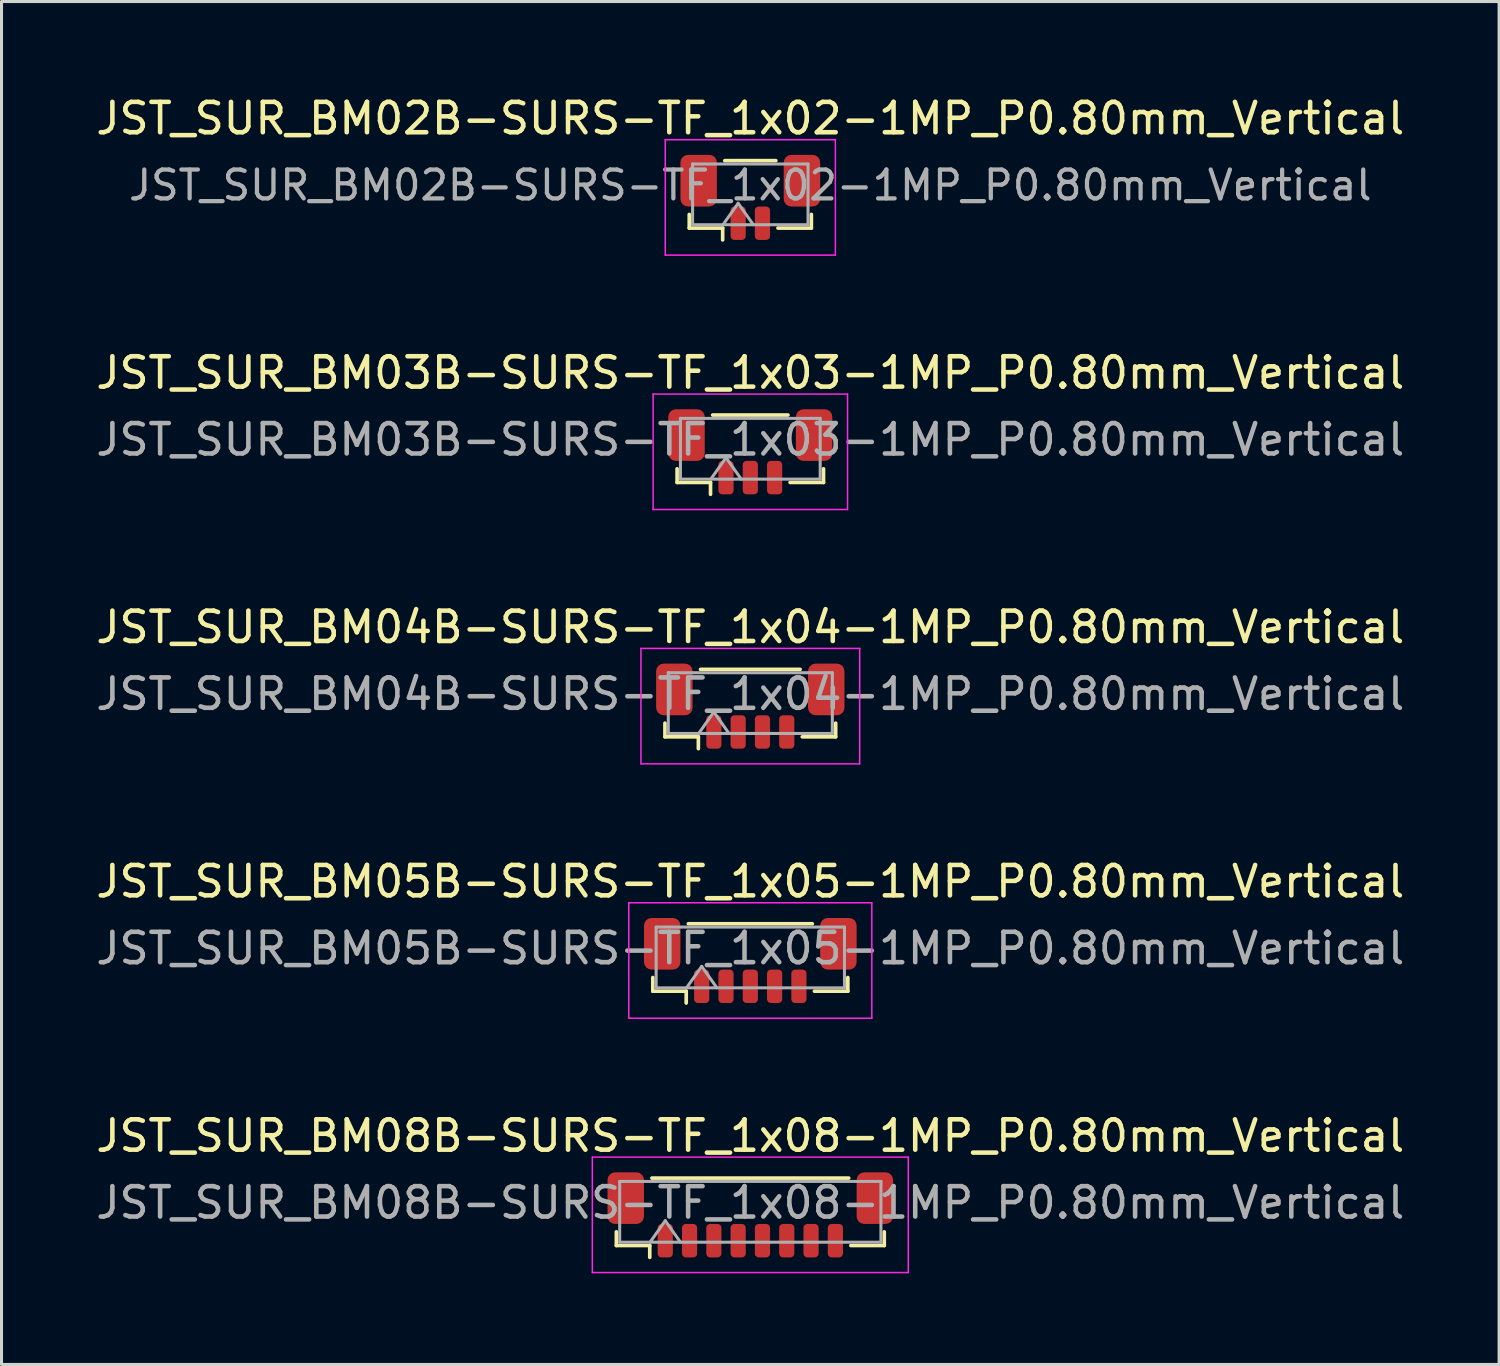
<source format=kicad_pcb>
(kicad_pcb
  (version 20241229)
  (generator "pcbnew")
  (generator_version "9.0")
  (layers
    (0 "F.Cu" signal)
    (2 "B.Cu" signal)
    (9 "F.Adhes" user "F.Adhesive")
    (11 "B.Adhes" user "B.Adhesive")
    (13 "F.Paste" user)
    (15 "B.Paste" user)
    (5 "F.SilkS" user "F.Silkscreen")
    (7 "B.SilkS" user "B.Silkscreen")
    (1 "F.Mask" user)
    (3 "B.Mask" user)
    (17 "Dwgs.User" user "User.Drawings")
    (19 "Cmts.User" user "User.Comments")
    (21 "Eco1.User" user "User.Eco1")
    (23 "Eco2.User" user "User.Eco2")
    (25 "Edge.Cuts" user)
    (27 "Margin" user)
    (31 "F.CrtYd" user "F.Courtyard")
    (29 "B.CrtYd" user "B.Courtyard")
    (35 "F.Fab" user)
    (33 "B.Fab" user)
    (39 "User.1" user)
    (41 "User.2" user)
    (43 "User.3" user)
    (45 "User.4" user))
  (footprint "JST_SUR_BM08B-SURS-TF_1x08-1MP_P0.80mm_Vertical"
    (layer "F.Cu")
    (at 21.649 36.941)
    (property "Reference" "JST_SUR_BM08B-SURS-TF_1x08-1MP_P0.80mm_Vertical" (at 0 -2.6 0) (layer "F.SilkS") (effects (font (size 1 1) (thickness 0.15))))
    (attr smd)
    (fp_line (start -4.41 0.56) (end -4.41 1.01) (stroke (width 0.12) (type solid)) (layer "F.SilkS"))
    (fp_line (start -4.41 1.01) (end -3.31 1.01) (stroke (width 0.12) (type solid)) (layer "F.SilkS"))
    (fp_line (start -3.31 1.01) (end -3.31 1.4) (stroke (width 0.12) (type solid)) (layer "F.SilkS"))
    (fp_line (start -3.24 -1.21) (end 3.24 -1.21) (stroke (width 0.12) (type solid)) (layer "F.SilkS"))
    (fp_line (start 4.41 0.56) (end 4.41 1.01) (stroke (width 0.12) (type solid)) (layer "F.SilkS"))
    (fp_line (start 4.41 1.01) (end 3.31 1.01) (stroke (width 0.12) (type solid)) (layer "F.SilkS"))
    (fp_line (start -5.2 -1.9) (end -5.2 1.9) (stroke (width 0.05) (type solid)) (layer "F.CrtYd"))
    (fp_line (start -5.2 1.9) (end 5.2 1.9) (stroke (width 0.05) (type solid)) (layer "F.CrtYd"))
    (fp_line (start 5.2 -1.9) (end -5.2 -1.9) (stroke (width 0.05) (type solid)) (layer "F.CrtYd"))
    (fp_line (start 5.2 1.9) (end 5.2 -1.9) (stroke (width 0.05) (type solid)) (layer "F.CrtYd"))
    (fp_line (start -4.3 -1.1) (end 4.3 -1.1) (stroke (width 0.1) (type solid)) (layer "F.Fab"))
    (fp_line (start -4.3 0.9) (end -4.3 -1.1) (stroke (width 0.1) (type solid)) (layer "F.Fab"))
    (fp_line (start -4.3 0.9) (end 4.3 0.9) (stroke (width 0.1) (type solid)) (layer "F.Fab"))
    (fp_line (start -3.3 0.9) (end -2.8 0.193) (stroke (width 0.1) (type solid)) (layer "F.Fab"))
    (fp_line (start -2.8 0.193) (end -2.3 0.9) (stroke (width 0.1) (type solid)) (layer "F.Fab"))
    (fp_line (start 4.3 0.9) (end 4.3 -1.1) (stroke (width 0.1) (type solid)) (layer "F.Fab"))
    (fp_text user "${REFERENCE}" (at 0 -0.4 0) (layer "F.Fab") (effects (font (size 1 1) (thickness 0.15))))
    (pad "1" smd roundrect (at -2.8 0.85) (size 0.5 1.1) (layers "F.Cu" "F.Mask" "F.Paste") (roundrect_rratio 0.25))
    (pad "2" smd roundrect (at -2 0.85) (size 0.5 1.1) (layers "F.Cu" "F.Mask" "F.Paste") (roundrect_rratio 0.25))
    (pad "3" smd roundrect (at -1.2 0.85) (size 0.5 1.1) (layers "F.Cu" "F.Mask" "F.Paste") (roundrect_rratio 0.25))
    (pad "4" smd roundrect (at -0.4 0.85) (size 0.5 1.1) (layers "F.Cu" "F.Mask" "F.Paste") (roundrect_rratio 0.25))
    (pad "5" smd roundrect (at 0.4 0.85) (size 0.5 1.1) (layers "F.Cu" "F.Mask" "F.Paste") (roundrect_rratio 0.25))
    (pad "6" smd roundrect (at 1.2 0.85) (size 0.5 1.1) (layers "F.Cu" "F.Mask" "F.Paste") (roundrect_rratio 0.25))
    (pad "7" smd roundrect (at 2 0.85) (size 0.5 1.1) (layers "F.Cu" "F.Mask" "F.Paste") (roundrect_rratio 0.25))
    (pad "8" smd roundrect (at 2.8 0.85) (size 0.5 1.1) (layers "F.Cu" "F.Mask" "F.Paste") (roundrect_rratio 0.25))
    (pad "MP" smd roundrect (at -4.1 -0.55) (size 1.2 1.7) (layers "F.Cu" "F.Mask" "F.Paste") (roundrect_rratio 0.208))
    (pad "MP" smd roundrect (at 4.1 -0.55) (size 1.2 1.7) (layers "F.Cu" "F.Mask" "F.Paste") (roundrect_rratio 0.208)))
  (footprint "JST_SUR_BM03B-SURS-TF_1x03-1MP_P0.80mm_Vertical"
    (layer "F.Cu")
    (at 21.649 11.822)
    (property "Reference" "JST_SUR_BM03B-SURS-TF_1x03-1MP_P0.80mm_Vertical" (at 0 -2.6 0) (layer "F.SilkS") (effects (font (size 1 1) (thickness 0.15))))
    (attr smd)
    (fp_line (start -2.41 0.56) (end -2.41 1.01) (stroke (width 0.12) (type solid)) (layer "F.SilkS"))
    (fp_line (start -2.41 1.01) (end -1.31 1.01) (stroke (width 0.12) (type solid)) (layer "F.SilkS"))
    (fp_line (start -1.31 1.01) (end -1.31 1.4) (stroke (width 0.12) (type solid)) (layer "F.SilkS"))
    (fp_line (start -1.24 -1.21) (end 1.24 -1.21) (stroke (width 0.12) (type solid)) (layer "F.SilkS"))
    (fp_line (start 2.41 0.56) (end 2.41 1.01) (stroke (width 0.12) (type solid)) (layer "F.SilkS"))
    (fp_line (start 2.41 1.01) (end 1.31 1.01) (stroke (width 0.12) (type solid)) (layer "F.SilkS"))
    (fp_line (start -3.2 -1.9) (end -3.2 1.9) (stroke (width 0.05) (type solid)) (layer "F.CrtYd"))
    (fp_line (start -3.2 1.9) (end 3.2 1.9) (stroke (width 0.05) (type solid)) (layer "F.CrtYd"))
    (fp_line (start 3.2 -1.9) (end -3.2 -1.9) (stroke (width 0.05) (type solid)) (layer "F.CrtYd"))
    (fp_line (start 3.2 1.9) (end 3.2 -1.9) (stroke (width 0.05) (type solid)) (layer "F.CrtYd"))
    (fp_line (start -2.3 -1.1) (end 2.3 -1.1) (stroke (width 0.1) (type solid)) (layer "F.Fab"))
    (fp_line (start -2.3 0.9) (end -2.3 -1.1) (stroke (width 0.1) (type solid)) (layer "F.Fab"))
    (fp_line (start -2.3 0.9) (end 2.3 0.9) (stroke (width 0.1) (type solid)) (layer "F.Fab"))
    (fp_line (start -1.3 0.9) (end -0.8 0.193) (stroke (width 0.1) (type solid)) (layer "F.Fab"))
    (fp_line (start -0.8 0.193) (end -0.3 0.9) (stroke (width 0.1) (type solid)) (layer "F.Fab"))
    (fp_line (start 2.3 0.9) (end 2.3 -1.1) (stroke (width 0.1) (type solid)) (layer "F.Fab"))
    (fp_text user "${REFERENCE}" (at 0 -0.4 0) (layer "F.Fab") (effects (font (size 1 1) (thickness 0.15))))
    (pad "1" smd roundrect (at -0.8 0.85) (size 0.5 1.1) (layers "F.Cu" "F.Mask" "F.Paste") (roundrect_rratio 0.25))
    (pad "2" smd roundrect (at 0 0.85) (size 0.5 1.1) (layers "F.Cu" "F.Mask" "F.Paste") (roundrect_rratio 0.25))
    (pad "3" smd roundrect (at 0.8 0.85) (size 0.5 1.1) (layers "F.Cu" "F.Mask" "F.Paste") (roundrect_rratio 0.25))
    (pad "MP" smd roundrect (at -2.1 -0.55) (size 1.2 1.7) (layers "F.Cu" "F.Mask" "F.Paste") (roundrect_rratio 0.208))
    (pad "MP" smd roundrect (at 2.1 -0.55) (size 1.2 1.7) (layers "F.Cu" "F.Mask" "F.Paste") (roundrect_rratio 0.208)))
  (footprint "JST_SUR_BM02B-SURS-TF_1x02-1MP_P0.80mm_Vertical"
    (layer "F.Cu")
    (at 21.649 3.448)
    (property "Reference" "JST_SUR_BM02B-SURS-TF_1x02-1MP_P0.80mm_Vertical" (at 0 -2.6 0) (layer "F.SilkS") (effects (font (size 1 1) (thickness 0.15))))
    (attr smd)
    (fp_line (start -2.01 0.56) (end -2.01 1.01) (stroke (width 0.12) (type solid)) (layer "F.SilkS"))
    (fp_line (start -2.01 1.01) (end -0.91 1.01) (stroke (width 0.12) (type solid)) (layer "F.SilkS"))
    (fp_line (start -0.91 1.01) (end -0.91 1.4) (stroke (width 0.12) (type solid)) (layer "F.SilkS"))
    (fp_line (start -0.84 -1.21) (end 0.84 -1.21) (stroke (width 0.12) (type solid)) (layer "F.SilkS"))
    (fp_line (start 2.01 0.56) (end 2.01 1.01) (stroke (width 0.12) (type solid)) (layer "F.SilkS"))
    (fp_line (start 2.01 1.01) (end 0.91 1.01) (stroke (width 0.12) (type solid)) (layer "F.SilkS"))
    (fp_line (start -2.8 -1.9) (end -2.8 1.9) (stroke (width 0.05) (type solid)) (layer "F.CrtYd"))
    (fp_line (start -2.8 1.9) (end 2.8 1.9) (stroke (width 0.05) (type solid)) (layer "F.CrtYd"))
    (fp_line (start 2.8 -1.9) (end -2.8 -1.9) (stroke (width 0.05) (type solid)) (layer "F.CrtYd"))
    (fp_line (start 2.8 1.9) (end 2.8 -1.9) (stroke (width 0.05) (type solid)) (layer "F.CrtYd"))
    (fp_line (start -1.9 -1.1) (end 1.9 -1.1) (stroke (width 0.1) (type solid)) (layer "F.Fab"))
    (fp_line (start -1.9 0.9) (end -1.9 -1.1) (stroke (width 0.1) (type solid)) (layer "F.Fab"))
    (fp_line (start -1.9 0.9) (end 1.9 0.9) (stroke (width 0.1) (type solid)) (layer "F.Fab"))
    (fp_line (start -0.9 0.9) (end -0.4 0.193) (stroke (width 0.1) (type solid)) (layer "F.Fab"))
    (fp_line (start -0.4 0.193) (end 0.1 0.9) (stroke (width 0.1) (type solid)) (layer "F.Fab"))
    (fp_line (start 1.9 0.9) (end 1.9 -1.1) (stroke (width 0.1) (type solid)) (layer "F.Fab"))
    (fp_text user "${REFERENCE}" (at 0 -0.4 0) (layer "F.Fab") (effects (font (size 0.95 0.95) (thickness 0.14))))
    (pad "1" smd roundrect (at -0.4 0.85) (size 0.5 1.1) (layers "F.Cu" "F.Mask" "F.Paste") (roundrect_rratio 0.25))
    (pad "2" smd roundrect (at 0.4 0.85) (size 0.5 1.1) (layers "F.Cu" "F.Mask" "F.Paste") (roundrect_rratio 0.25))
    (pad "MP" smd roundrect (at -1.7 -0.55) (size 1.2 1.7) (layers "F.Cu" "F.Mask" "F.Paste") (roundrect_rratio 0.208))
    (pad "MP" smd roundrect (at 1.7 -0.55) (size 1.2 1.7) (layers "F.Cu" "F.Mask" "F.Paste") (roundrect_rratio 0.208)))
  (footprint "JST_SUR_BM05B-SURS-TF_1x05-1MP_P0.80mm_Vertical"
    (layer "F.Cu")
    (at 21.649 28.568)
    (property "Reference" "JST_SUR_BM05B-SURS-TF_1x05-1MP_P0.80mm_Vertical" (at 0 -2.6 0) (layer "F.SilkS") (effects (font (size 1 1) (thickness 0.15))))
    (attr smd)
    (fp_line (start -3.21 0.56) (end -3.21 1.01) (stroke (width 0.12) (type solid)) (layer "F.SilkS"))
    (fp_line (start -3.21 1.01) (end -2.11 1.01) (stroke (width 0.12) (type solid)) (layer "F.SilkS"))
    (fp_line (start -2.11 1.01) (end -2.11 1.4) (stroke (width 0.12) (type solid)) (layer "F.SilkS"))
    (fp_line (start -2.04 -1.21) (end 2.04 -1.21) (stroke (width 0.12) (type solid)) (layer "F.SilkS"))
    (fp_line (start 3.21 0.56) (end 3.21 1.01) (stroke (width 0.12) (type solid)) (layer "F.SilkS"))
    (fp_line (start 3.21 1.01) (end 2.11 1.01) (stroke (width 0.12) (type solid)) (layer "F.SilkS"))
    (fp_line (start -4 -1.9) (end -4 1.9) (stroke (width 0.05) (type solid)) (layer "F.CrtYd"))
    (fp_line (start -4 1.9) (end 4 1.9) (stroke (width 0.05) (type solid)) (layer "F.CrtYd"))
    (fp_line (start 4 -1.9) (end -4 -1.9) (stroke (width 0.05) (type solid)) (layer "F.CrtYd"))
    (fp_line (start 4 1.9) (end 4 -1.9) (stroke (width 0.05) (type solid)) (layer "F.CrtYd"))
    (fp_line (start -3.1 -1.1) (end 3.1 -1.1) (stroke (width 0.1) (type solid)) (layer "F.Fab"))
    (fp_line (start -3.1 0.9) (end -3.1 -1.1) (stroke (width 0.1) (type solid)) (layer "F.Fab"))
    (fp_line (start -3.1 0.9) (end 3.1 0.9) (stroke (width 0.1) (type solid)) (layer "F.Fab"))
    (fp_line (start -2.1 0.9) (end -1.6 0.193) (stroke (width 0.1) (type solid)) (layer "F.Fab"))
    (fp_line (start -1.6 0.193) (end -1.1 0.9) (stroke (width 0.1) (type solid)) (layer "F.Fab"))
    (fp_line (start 3.1 0.9) (end 3.1 -1.1) (stroke (width 0.1) (type solid)) (layer "F.Fab"))
    (fp_text user "${REFERENCE}" (at 0 -0.4 0) (layer "F.Fab") (effects (font (size 1 1) (thickness 0.15))))
    (pad "1" smd roundrect (at -1.6 0.85) (size 0.5 1.1) (layers "F.Cu" "F.Mask" "F.Paste") (roundrect_rratio 0.25))
    (pad "2" smd roundrect (at -0.8 0.85) (size 0.5 1.1) (layers "F.Cu" "F.Mask" "F.Paste") (roundrect_rratio 0.25))
    (pad "3" smd roundrect (at 0 0.85) (size 0.5 1.1) (layers "F.Cu" "F.Mask" "F.Paste") (roundrect_rratio 0.25))
    (pad "4" smd roundrect (at 0.8 0.85) (size 0.5 1.1) (layers "F.Cu" "F.Mask" "F.Paste") (roundrect_rratio 0.25))
    (pad "5" smd roundrect (at 1.6 0.85) (size 0.5 1.1) (layers "F.Cu" "F.Mask" "F.Paste") (roundrect_rratio 0.25))
    (pad "MP" smd roundrect (at -2.9 -0.55) (size 1.2 1.7) (layers "F.Cu" "F.Mask" "F.Paste") (roundrect_rratio 0.208))
    (pad "MP" smd roundrect (at 2.9 -0.55) (size 1.2 1.7) (layers "F.Cu" "F.Mask" "F.Paste") (roundrect_rratio 0.208)))
  (footprint "JST_SUR_BM04B-SURS-TF_1x04-1MP_P0.80mm_Vertical"
    (layer "F.Cu")
    (at 21.649 20.195)
    (property "Reference" "JST_SUR_BM04B-SURS-TF_1x04-1MP_P0.80mm_Vertical" (at 0 -2.6 0) (layer "F.SilkS") (effects (font (size 1 1) (thickness 0.15))))
    (attr smd)
    (fp_line (start -2.81 0.56) (end -2.81 1.01) (stroke (width 0.12) (type solid)) (layer "F.SilkS"))
    (fp_line (start -2.81 1.01) (end -1.71 1.01) (stroke (width 0.12) (type solid)) (layer "F.SilkS"))
    (fp_line (start -1.71 1.01) (end -1.71 1.4) (stroke (width 0.12) (type solid)) (layer "F.SilkS"))
    (fp_line (start -1.64 -1.21) (end 1.64 -1.21) (stroke (width 0.12) (type solid)) (layer "F.SilkS"))
    (fp_line (start 2.81 0.56) (end 2.81 1.01) (stroke (width 0.12) (type solid)) (layer "F.SilkS"))
    (fp_line (start 2.81 1.01) (end 1.71 1.01) (stroke (width 0.12) (type solid)) (layer "F.SilkS"))
    (fp_line (start -3.6 -1.9) (end -3.6 1.9) (stroke (width 0.05) (type solid)) (layer "F.CrtYd"))
    (fp_line (start -3.6 1.9) (end 3.6 1.9) (stroke (width 0.05) (type solid)) (layer "F.CrtYd"))
    (fp_line (start 3.6 -1.9) (end -3.6 -1.9) (stroke (width 0.05) (type solid)) (layer "F.CrtYd"))
    (fp_line (start 3.6 1.9) (end 3.6 -1.9) (stroke (width 0.05) (type solid)) (layer "F.CrtYd"))
    (fp_line (start -2.7 -1.1) (end 2.7 -1.1) (stroke (width 0.1) (type solid)) (layer "F.Fab"))
    (fp_line (start -2.7 0.9) (end -2.7 -1.1) (stroke (width 0.1) (type solid)) (layer "F.Fab"))
    (fp_line (start -2.7 0.9) (end 2.7 0.9) (stroke (width 0.1) (type solid)) (layer "F.Fab"))
    (fp_line (start -1.7 0.9) (end -1.2 0.193) (stroke (width 0.1) (type solid)) (layer "F.Fab"))
    (fp_line (start -1.2 0.193) (end -0.7 0.9) (stroke (width 0.1) (type solid)) (layer "F.Fab"))
    (fp_line (start 2.7 0.9) (end 2.7 -1.1) (stroke (width 0.1) (type solid)) (layer "F.Fab"))
    (fp_text user "${REFERENCE}" (at 0 -0.4 0) (layer "F.Fab") (effects (font (size 1 1) (thickness 0.15))))
    (pad "1" smd roundrect (at -1.2 0.85) (size 0.5 1.1) (layers "F.Cu" "F.Mask" "F.Paste") (roundrect_rratio 0.25))
    (pad "2" smd roundrect (at -0.4 0.85) (size 0.5 1.1) (layers "F.Cu" "F.Mask" "F.Paste") (roundrect_rratio 0.25))
    (pad "3" smd roundrect (at 0.4 0.85) (size 0.5 1.1) (layers "F.Cu" "F.Mask" "F.Paste") (roundrect_rratio 0.25))
    (pad "4" smd roundrect (at 1.2 0.85) (size 0.5 1.1) (layers "F.Cu" "F.Mask" "F.Paste") (roundrect_rratio 0.25))
    (pad "MP" smd roundrect (at -2.5 -0.55) (size 1.2 1.7) (layers "F.Cu" "F.Mask" "F.Paste") (roundrect_rratio 0.208))
    (pad "MP" smd roundrect (at 2.5 -0.55) (size 1.2 1.7) (layers "F.Cu" "F.Mask" "F.Paste") (roundrect_rratio 0.208)))
  (gr_rect
    (start -3 -3)
    (end 46.298 41.866)
    (stroke (width 0.1) (type default))
    (fill no)
    (layer "Edge.Cuts")))
</source>
